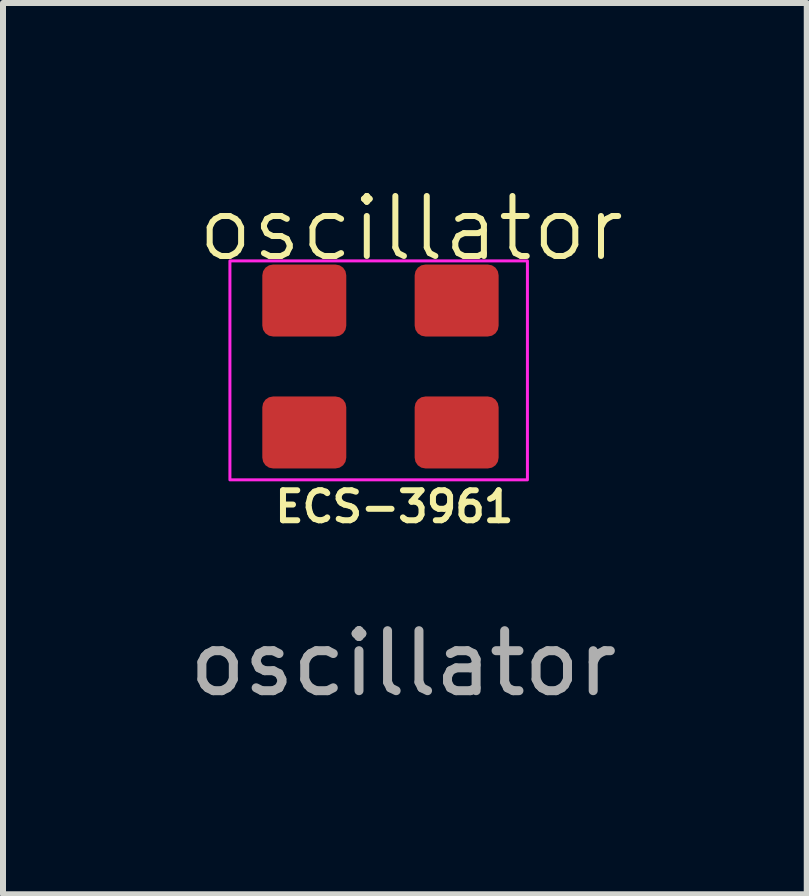
<source format=kicad_pcb>
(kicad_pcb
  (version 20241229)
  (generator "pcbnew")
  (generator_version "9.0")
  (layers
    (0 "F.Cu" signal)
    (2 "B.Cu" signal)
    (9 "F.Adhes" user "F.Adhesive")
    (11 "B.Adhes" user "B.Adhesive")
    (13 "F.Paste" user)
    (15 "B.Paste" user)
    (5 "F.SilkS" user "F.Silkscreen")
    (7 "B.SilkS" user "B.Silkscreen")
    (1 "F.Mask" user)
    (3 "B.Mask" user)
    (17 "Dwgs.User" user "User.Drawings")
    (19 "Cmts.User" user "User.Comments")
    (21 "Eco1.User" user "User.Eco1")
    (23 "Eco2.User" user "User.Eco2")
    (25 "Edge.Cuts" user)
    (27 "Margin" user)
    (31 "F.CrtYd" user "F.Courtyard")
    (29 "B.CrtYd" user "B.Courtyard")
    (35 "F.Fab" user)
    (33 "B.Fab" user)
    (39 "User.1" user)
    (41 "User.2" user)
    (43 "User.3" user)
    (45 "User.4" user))
  (footprint "oscillator"
    (layer "F.Cu")
    (at 2.023 1.96)
    (property "Reference" "oscillator" (at 1.78 -1.2 0) (unlocked yes) (layer "F.SilkS") (effects (font (size 1 1) (thickness 0.1))))
    (attr smd)
    (fp_rect (start -1.24 -0.66) (end 3.72 2.99) (stroke (width 0.05) (type default)) (fill no) (layer "F.CrtYd"))
    (fp_text user "ECS-3961" (at -0.54 3.73 0) (unlocked yes) (layer "F.SilkS") (effects (font (size 0.5 0.5) (thickness 0.1)) (justify left bottom)))
    (fp_text user "${REFERENCE}" (at 1.65 6.05 0) (unlocked yes) (layer "F.Fab") (effects (font (size 1 1) (thickness 0.15))))
    (pad "1" smd roundrect (at 0 0) (size 1.4 1.2) (layers "F.Cu" "F.Mask" "F.Paste") (roundrect_rratio 0.15))
    (pad "2" smd roundrect (at 2.54 0) (size 1.4 1.2) (layers "F.Cu" "F.Mask" "F.Paste") (roundrect_rratio 0.15))
    (pad "3" smd roundrect (at 0 2.2) (size 1.4 1.2) (layers "F.Cu" "F.Mask" "F.Paste") (roundrect_rratio 0.15))
    (pad "4" smd roundrect (at 2.54 2.2) (size 1.4 1.2) (layers "F.Cu" "F.Mask" "F.Paste") (roundrect_rratio 0.15)))
  (gr_rect
    (start -3 -3)
    (end 10.4 11.859)
    (stroke (width 0.1) (type default))
    (fill no)
    (layer "Edge.Cuts")))
</source>
